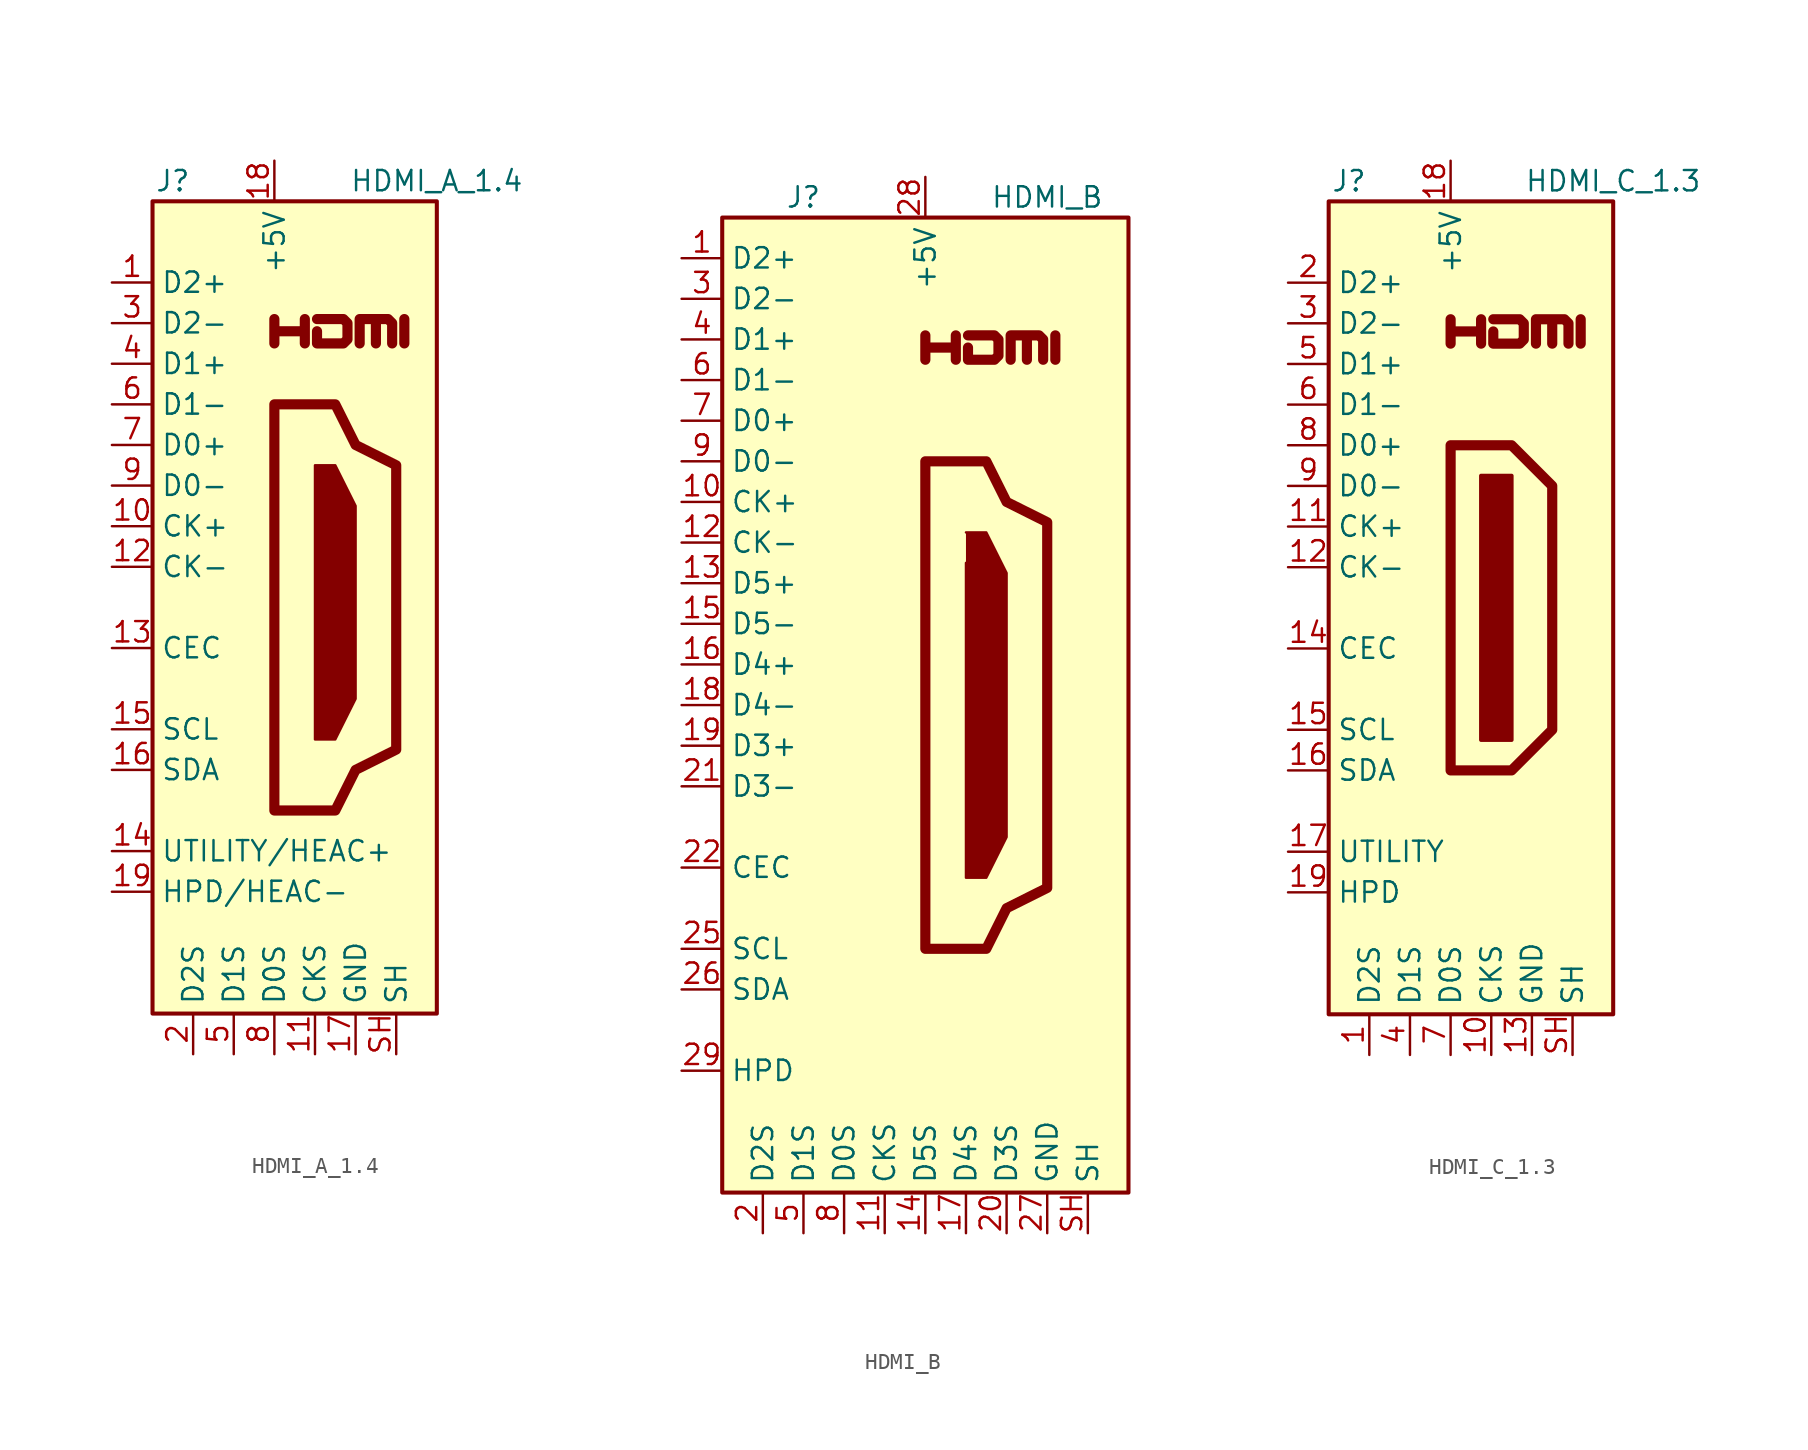
<source format=kicad_sym>
(kicad_symbol_lib
  (version 20220914)
  (generator kicad_symbol_editor)
  (symbol "HDMI_A_1.4"
    (property "Reference" "J"
      (at -6.35 26.67 0)
      (effects (font (size 1.27 1.27))))
    (property "Value" "HDMI_A_1.4"
      (at 10.16 26.67 0)
      (effects (font (size 1.27 1.27))))
    (symbol "HDMI_A_1.4_0_0"
      (polyline (pts (xy 8.128 16.51) (xy 8.128 18.034)) (stroke (width 0.635) (type solid)) (fill (type none)))
      (polyline (pts (xy 0 16.51) (xy 0 18.034) (xy 0 17.272) (xy 1.905 17.272) (xy 1.905 18.034) (xy 1.905 16.51)) (stroke (width 0.635) (type solid)) (fill (type none)))
      (polyline (pts (xy 2.667 18.034) (xy 4.318 18.034) (xy 4.572 17.78) (xy 4.572 16.764) (xy 4.318 16.51) (xy 2.667 16.51) (xy 2.667 17.272)) (stroke (width 0.635) (type solid)) (fill (type none))))
    (symbol "HDMI_A_1.4_0_1"
      (rectangle (start -7.62 25.4) (end 10.16 -25.4) (stroke (width 0.254) (type solid)) (fill (type background)))
      (polyline (pts (xy 2.54 8.89) (xy 3.81 8.89) (xy 5.08 6.35) (xy 5.08 -5.715) (xy 3.81 -8.255) (xy 2.54 -8.255) (xy 2.54 8.89)) (stroke (width 0) (type solid)) (fill (type outline)))
      (polyline (pts (xy 5.334 16.51) (xy 5.334 18.034) (xy 6.35 18.034) (xy 6.35 16.51) (xy 6.35 18.034) (xy 7.112 18.034) (xy 7.366 17.78) (xy 7.366 16.51)) (stroke (width 0.635) (type solid)) (fill (type none)))
      (polyline (pts (xy 0 12.7) (xy 0 -12.7) (xy 3.81 -12.7) (xy 5.08 -10.16) (xy 7.62 -8.89) (xy 7.62 8.89) (xy 5.08 10.16) (xy 3.81 12.7) (xy 0 12.7)) (stroke (width 0.635) (type solid)) (fill (type none))))
    (symbol "HDMI_A_1.4_1_1"
      (pin passive line (at -10.16 20.32 0) (length 2.54) (name "D2+" (effects (font (size 1.27 1.27)))) (number "1" (effects (font (size 1.27 1.27)))))
      (pin passive line (at -10.16 5.08 0) (length 2.54) (name "CK+" (effects (font (size 1.27 1.27)))) (number "10" (effects (font (size 1.27 1.27)))))
      (pin power_in line (at 2.54 -27.94 90) (length 2.54) (name "CKS" (effects (font (size 1.27 1.27)))) (number "11" (effects (font (size 1.27 1.27)))))
      (pin passive line (at -10.16 2.54 0) (length 2.54) (name "CK-" (effects (font (size 1.27 1.27)))) (number "12" (effects (font (size 1.27 1.27)))))
      (pin bidirectional line (at -10.16 -2.54 0) (length 2.54) (name "CEC" (effects (font (size 1.27 1.27)))) (number "13" (effects (font (size 1.27 1.27)))))
      (pin passive line (at -10.16 -15.24 0) (length 2.54) (name "UTILITY/HEAC+" (effects (font (size 1.27 1.27)))) (number "14" (effects (font (size 1.27 1.27)))))
      (pin passive line (at -10.16 -7.62 0) (length 2.54) (name "SCL" (effects (font (size 1.27 1.27)))) (number "15" (effects (font (size 1.27 1.27)))))
      (pin bidirectional line (at -10.16 -10.16 0) (length 2.54) (name "SDA" (effects (font (size 1.27 1.27)))) (number "16" (effects (font (size 1.27 1.27)))))
      (pin power_in line (at 5.08 -27.94 90) (length 2.54) (name "GND" (effects (font (size 1.27 1.27)))) (number "17" (effects (font (size 1.27 1.27)))))
      (pin power_in line (at 0 27.94 270) (length 2.54) (name "+5V" (effects (font (size 1.27 1.27)))) (number "18" (effects (font (size 1.27 1.27)))))
      (pin passive line (at -10.16 -17.78 0) (length 2.54) (name "HPD/HEAC-" (effects (font (size 1.27 1.27)))) (number "19" (effects (font (size 1.27 1.27)))))
      (pin power_in line (at -5.08 -27.94 90) (length 2.54) (name "D2S" (effects (font (size 1.27 1.27)))) (number "2" (effects (font (size 1.27 1.27)))))
      (pin passive line (at -10.16 17.78 0) (length 2.54) (name "D2-" (effects (font (size 1.27 1.27)))) (number "3" (effects (font (size 1.27 1.27)))))
      (pin passive line (at -10.16 15.24 0) (length 2.54) (name "D1+" (effects (font (size 1.27 1.27)))) (number "4" (effects (font (size 1.27 1.27)))))
      (pin power_in line (at -2.54 -27.94 90) (length 2.54) (name "D1S" (effects (font (size 1.27 1.27)))) (number "5" (effects (font (size 1.27 1.27)))))
      (pin passive line (at -10.16 12.7 0) (length 2.54) (name "D1-" (effects (font (size 1.27 1.27)))) (number "6" (effects (font (size 1.27 1.27)))))
      (pin passive line (at -10.16 10.16 0) (length 2.54) (name "D0+" (effects (font (size 1.27 1.27)))) (number "7" (effects (font (size 1.27 1.27)))))
      (pin power_in line (at 0 -27.94 90) (length 2.54) (name "D0S" (effects (font (size 1.27 1.27)))) (number "8" (effects (font (size 1.27 1.27)))))
      (pin passive line (at -10.16 7.62 0) (length 2.54) (name "D0-" (effects (font (size 1.27 1.27)))) (number "9" (effects (font (size 1.27 1.27)))))
      (pin passive line (at 7.62 -27.94 90) (length 2.54) (name "SH" (effects (font (size 1.27 1.27)))) (number "SH" (effects (font (size 1.27 1.27)))))))
  (symbol "HDMI_B"
    (property "Reference" "J"
      (at -7.62 31.75 0)
      (effects (font (size 1.27 1.27))))
    (property "Value" "HDMI_B"
      (at 7.62 31.75 0)
      (effects (font (size 1.27 1.27))))
    (symbol "HDMI_B_0_0"
      (polyline (pts (xy 8.128 21.59) (xy 8.128 23.114)) (stroke (width 0.635) (type solid)) (fill (type none)))
      (polyline (pts (xy 0 21.59) (xy 0 23.114) (xy 0 22.352) (xy 1.905 22.352) (xy 1.905 23.114) (xy 1.905 21.59)) (stroke (width 0.635) (type solid)) (fill (type none)))
      (polyline (pts (xy 2.667 23.114) (xy 4.318 23.114) (xy 4.572 22.86) (xy 4.572 21.844) (xy 4.318 21.59) (xy 2.667 21.59) (xy 2.667 22.352)) (stroke (width 0.635) (type solid)) (fill (type none))))
    (symbol "HDMI_B_0_1"
      (rectangle (start -12.7 30.48) (end 12.7 -30.48) (stroke (width 0.254) (type solid)) (fill (type background)))
      (polyline (pts (xy 2.54 10.795) (xy 3.81 10.795) (xy 5.08 8.255) (xy 5.08 -8.255) (xy 3.81 -10.795) (xy 2.54 -10.795) (xy 2.54 8.89)) (stroke (width 0) (type solid)) (fill (type outline)))
      (polyline (pts (xy 5.334 21.59) (xy 5.334 23.114) (xy 6.35 23.114) (xy 6.35 21.59) (xy 6.35 23.114) (xy 7.112 23.114) (xy 7.366 22.86) (xy 7.366 21.59)) (stroke (width 0.635) (type solid)) (fill (type none)))
      (polyline (pts (xy 0 15.24) (xy 0 -15.24) (xy 3.81 -15.24) (xy 5.08 -12.7) (xy 7.62 -11.43) (xy 7.62 11.43) (xy 5.08 12.7) (xy 3.81 15.24) (xy 0 15.24)) (stroke (width 0.635) (type solid)) (fill (type none))))
    (symbol "HDMI_B_1_1"
      (pin passive line (at -15.24 27.94 0) (length 2.54) (name "D2+" (effects (font (size 1.27 1.27)))) (number "1" (effects (font (size 1.27 1.27)))))
      (pin passive line (at -15.24 12.7 0) (length 2.54) (name "CK+" (effects (font (size 1.27 1.27)))) (number "10" (effects (font (size 1.27 1.27)))))
      (pin power_in line (at -2.54 -33.02 90) (length 2.54) (name "CKS" (effects (font (size 1.27 1.27)))) (number "11" (effects (font (size 1.27 1.27)))))
      (pin passive line (at -15.24 10.16 0) (length 2.54) (name "CK-" (effects (font (size 1.27 1.27)))) (number "12" (effects (font (size 1.27 1.27)))))
      (pin passive line (at -15.24 7.62 0) (length 2.54) (name "D5+" (effects (font (size 1.27 1.27)))) (number "13" (effects (font (size 1.27 1.27)))))
      (pin power_in line (at 0 -33.02 90) (length 2.54) (name "D5S" (effects (font (size 1.27 1.27)))) (number "14" (effects (font (size 1.27 1.27)))))
      (pin passive line (at -15.24 5.08 0) (length 2.54) (name "D5-" (effects (font (size 1.27 1.27)))) (number "15" (effects (font (size 1.27 1.27)))))
      (pin passive line (at -15.24 2.54 0) (length 2.54) (name "D4+" (effects (font (size 1.27 1.27)))) (number "16" (effects (font (size 1.27 1.27)))))
      (pin power_in line (at 2.54 -33.02 90) (length 2.54) (name "D4S" (effects (font (size 1.27 1.27)))) (number "17" (effects (font (size 1.27 1.27)))))
      (pin passive line (at -15.24 0 0) (length 2.54) (name "D4-" (effects (font (size 1.27 1.27)))) (number "18" (effects (font (size 1.27 1.27)))))
      (pin passive line (at -15.24 -2.54 0) (length 2.54) (name "D3+" (effects (font (size 1.27 1.27)))) (number "19" (effects (font (size 1.27 1.27)))))
      (pin power_in line (at -10.16 -33.02 90) (length 2.54) (name "D2S" (effects (font (size 1.27 1.27)))) (number "2" (effects (font (size 1.27 1.27)))))
      (pin power_in line (at 5.08 -33.02 90) (length 2.54) (name "D3S" (effects (font (size 1.27 1.27)))) (number "20" (effects (font (size 1.27 1.27)))))
      (pin passive line (at -15.24 -5.08 0) (length 2.54) (name "D3-" (effects (font (size 1.27 1.27)))) (number "21" (effects (font (size 1.27 1.27)))))
      (pin bidirectional line (at -15.24 -10.16 0) (length 2.54) (name "CEC" (effects (font (size 1.27 1.27)))) (number "22" (effects (font (size 1.27 1.27)))))
      (pin no_connect line (at -12.7 -12.7 0) (length 2.54) hide (name "NC" (effects (font (size 1.27 1.27)))) (number "23" (effects (font (size 1.27 1.27)))))
      (pin no_connect line (at -12.7 -20.32 0) (length 2.54) hide (name "NC" (effects (font (size 1.27 1.27)))) (number "24" (effects (font (size 1.27 1.27)))))
      (pin passive line (at -15.24 -15.24 0) (length 2.54) (name "SCL" (effects (font (size 1.27 1.27)))) (number "25" (effects (font (size 1.27 1.27)))))
      (pin bidirectional line (at -15.24 -17.78 0) (length 2.54) (name "SDA" (effects (font (size 1.27 1.27)))) (number "26" (effects (font (size 1.27 1.27)))))
      (pin power_in line (at 7.62 -33.02 90) (length 2.54) (name "GND" (effects (font (size 1.27 1.27)))) (number "27" (effects (font (size 1.27 1.27)))))
      (pin power_in line (at 0 33.02 270) (length 2.54) (name "+5V" (effects (font (size 1.27 1.27)))) (number "28" (effects (font (size 1.27 1.27)))))
      (pin passive line (at -15.24 -22.86 0) (length 2.54) (name "HPD" (effects (font (size 1.27 1.27)))) (number "29" (effects (font (size 1.27 1.27)))))
      (pin passive line (at -15.24 25.4 0) (length 2.54) (name "D2-" (effects (font (size 1.27 1.27)))) (number "3" (effects (font (size 1.27 1.27)))))
      (pin passive line (at -15.24 22.86 0) (length 2.54) (name "D1+" (effects (font (size 1.27 1.27)))) (number "4" (effects (font (size 1.27 1.27)))))
      (pin power_in line (at -7.62 -33.02 90) (length 2.54) (name "D1S" (effects (font (size 1.27 1.27)))) (number "5" (effects (font (size 1.27 1.27)))))
      (pin passive line (at -15.24 20.32 0) (length 2.54) (name "D1-" (effects (font (size 1.27 1.27)))) (number "6" (effects (font (size 1.27 1.27)))))
      (pin passive line (at -15.24 17.78 0) (length 2.54) (name "D0+" (effects (font (size 1.27 1.27)))) (number "7" (effects (font (size 1.27 1.27)))))
      (pin power_in line (at -5.08 -33.02 90) (length 2.54) (name "D0S" (effects (font (size 1.27 1.27)))) (number "8" (effects (font (size 1.27 1.27)))))
      (pin passive line (at -15.24 15.24 0) (length 2.54) (name "D0-" (effects (font (size 1.27 1.27)))) (number "9" (effects (font (size 1.27 1.27)))))
      (pin passive line (at 10.16 -33.02 90) (length 2.54) (name "SH" (effects (font (size 1.27 1.27)))) (number "SH" (effects (font (size 1.27 1.27)))))))
  (symbol "HDMI_C_1.3"
    (property "Reference" "J"
      (at -6.35 26.67 0)
      (effects (font (size 1.27 1.27))))
    (property "Value" "HDMI_C_1.3"
      (at 10.16 26.67 0)
      (effects (font (size 1.27 1.27))))
    (symbol "HDMI_C_1.3_0_0"
      (polyline (pts (xy 8.128 16.51) (xy 8.128 18.034)) (stroke (width 0.635) (type solid)) (fill (type none)))
      (polyline (pts (xy 0 16.51) (xy 0 18.034) (xy 0 17.272) (xy 1.905 17.272) (xy 1.905 18.034) (xy 1.905 16.51)) (stroke (width 0.635) (type solid)) (fill (type none)))
      (polyline (pts (xy 2.667 18.034) (xy 4.318 18.034) (xy 4.572 17.78) (xy 4.572 16.764) (xy 4.318 16.51) (xy 2.667 16.51) (xy 2.667 17.272)) (stroke (width 0.635) (type solid)) (fill (type none))))
    (symbol "HDMI_C_1.3_0_1"
      (rectangle (start -7.62 25.4) (end 10.16 -25.4) (stroke (width 0.254) (type solid)) (fill (type background)))
      (polyline (pts (xy 0 10.16) (xy 3.81 10.16) (xy 6.35 7.62) (xy 6.35 -7.62) (xy 3.81 -10.16) (xy 0 -10.16) (xy 0 10.16)) (stroke (width 0.635) (type solid)) (fill (type none)))
      (polyline (pts (xy 5.334 16.51) (xy 5.334 18.034) (xy 6.35 18.034) (xy 6.35 16.51) (xy 6.35 18.034) (xy 7.112 18.034) (xy 7.366 17.78) (xy 7.366 16.51)) (stroke (width 0.635) (type solid)) (fill (type none)))
      (rectangle (start 1.905 8.255) (end 3.81 -8.255) (stroke (width 0.254) (type solid)) (fill (type outline))))
    (symbol "HDMI_C_1.3_1_1"
      (pin power_in line (at -5.08 -27.94 90) (length 2.54) (name "D2S" (effects (font (size 1.27 1.27)))) (number "1" (effects (font (size 1.27 1.27)))))
      (pin power_in line (at 2.54 -27.94 90) (length 2.54) (name "CKS" (effects (font (size 1.27 1.27)))) (number "10" (effects (font (size 1.27 1.27)))))
      (pin passive line (at -10.16 5.08 0) (length 2.54) (name "CK+" (effects (font (size 1.27 1.27)))) (number "11" (effects (font (size 1.27 1.27)))))
      (pin passive line (at -10.16 2.54 0) (length 2.54) (name "CK-" (effects (font (size 1.27 1.27)))) (number "12" (effects (font (size 1.27 1.27)))))
      (pin power_in line (at 5.08 -27.94 90) (length 2.54) (name "GND" (effects (font (size 1.27 1.27)))) (number "13" (effects (font (size 1.27 1.27)))))
      (pin bidirectional line (at -10.16 -2.54 0) (length 2.54) (name "CEC" (effects (font (size 1.27 1.27)))) (number "14" (effects (font (size 1.27 1.27)))))
      (pin passive line (at -10.16 -7.62 0) (length 2.54) (name "SCL" (effects (font (size 1.27 1.27)))) (number "15" (effects (font (size 1.27 1.27)))))
      (pin bidirectional line (at -10.16 -10.16 0) (length 2.54) (name "SDA" (effects (font (size 1.27 1.27)))) (number "16" (effects (font (size 1.27 1.27)))))
      (pin passive line (at -10.16 -15.24 0) (length 2.54) (name "UTILITY" (effects (font (size 1.27 1.27)))) (number "17" (effects (font (size 1.27 1.27)))))
      (pin power_in line (at 0 27.94 270) (length 2.54) (name "+5V" (effects (font (size 1.27 1.27)))) (number "18" (effects (font (size 1.27 1.27)))))
      (pin passive line (at -10.16 -17.78 0) (length 2.54) (name "HPD" (effects (font (size 1.27 1.27)))) (number "19" (effects (font (size 1.27 1.27)))))
      (pin passive line (at -10.16 20.32 0) (length 2.54) (name "D2+" (effects (font (size 1.27 1.27)))) (number "2" (effects (font (size 1.27 1.27)))))
      (pin passive line (at -10.16 17.78 0) (length 2.54) (name "D2-" (effects (font (size 1.27 1.27)))) (number "3" (effects (font (size 1.27 1.27)))))
      (pin power_in line (at -2.54 -27.94 90) (length 2.54) (name "D1S" (effects (font (size 1.27 1.27)))) (number "4" (effects (font (size 1.27 1.27)))))
      (pin passive line (at -10.16 15.24 0) (length 2.54) (name "D1+" (effects (font (size 1.27 1.27)))) (number "5" (effects (font (size 1.27 1.27)))))
      (pin passive line (at -10.16 12.7 0) (length 2.54) (name "D1-" (effects (font (size 1.27 1.27)))) (number "6" (effects (font (size 1.27 1.27)))))
      (pin power_in line (at 0 -27.94 90) (length 2.54) (name "D0S" (effects (font (size 1.27 1.27)))) (number "7" (effects (font (size 1.27 1.27)))))
      (pin passive line (at -10.16 10.16 0) (length 2.54) (name "D0+" (effects (font (size 1.27 1.27)))) (number "8" (effects (font (size 1.27 1.27)))))
      (pin passive line (at -10.16 7.62 0) (length 2.54) (name "D0-" (effects (font (size 1.27 1.27)))) (number "9" (effects (font (size 1.27 1.27)))))
      (pin passive line (at 7.62 -27.94 90) (length 2.54) (name "SH" (effects (font (size 1.27 1.27)))) (number "SH" (effects (font (size 1.27 1.27))))))))
</source>
